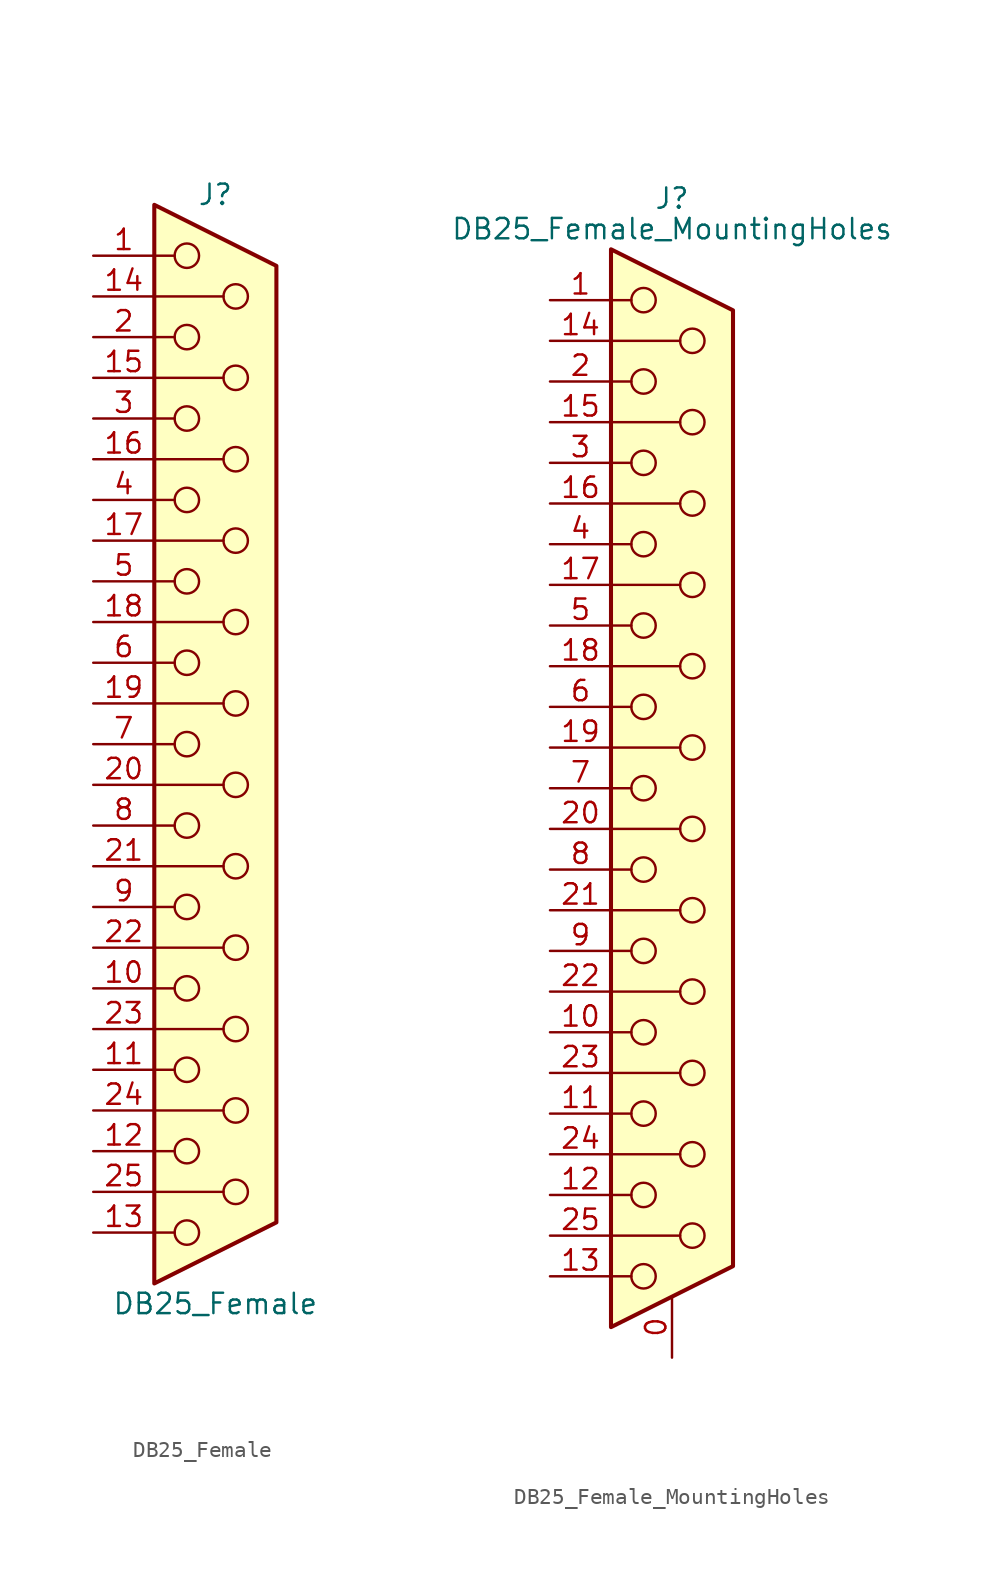
<source format=kicad_sym>
(kicad_symbol_lib
  (version 20201005)
  (generator kicad_symbol_editor)
  (symbol "DB25_Female"
    (pin_names
      (offset 1.016) hide)
    (property "Reference" "J"
      (at 0 34.29 0)
      (effects (font (size 1.27 1.27))))
    (property "Value" "DB25_Female"
      (at 0 -34.925 0)
      (effects (font (size 1.27 1.27))))
    (symbol "DB25_Female_0_1"
      (circle (center -1.778 -30.48) (radius 0.762) (stroke (width 0)) (fill (type none)))
      (circle (center -1.778 -25.4) (radius 0.762) (stroke (width 0)) (fill (type none)))
      (circle (center -1.778 -20.32) (radius 0.762) (stroke (width 0)) (fill (type none)))
      (circle (center -1.778 -15.24) (radius 0.762) (stroke (width 0)) (fill (type none)))
      (circle (center -1.778 -10.16) (radius 0.762) (stroke (width 0)) (fill (type none)))
      (circle (center -1.778 -5.08) (radius 0.762) (stroke (width 0)) (fill (type none)))
      (circle (center -1.778 0) (radius 0.762) (stroke (width 0)) (fill (type none)))
      (circle (center -1.778 5.08) (radius 0.762) (stroke (width 0)) (fill (type none)))
      (circle (center -1.778 10.16) (radius 0.762) (stroke (width 0)) (fill (type none)))
      (circle (center -1.778 15.24) (radius 0.762) (stroke (width 0)) (fill (type none)))
      (circle (center -1.778 20.32) (radius 0.762) (stroke (width 0)) (fill (type none)))
      (circle (center -1.778 25.4) (radius 0.762) (stroke (width 0)) (fill (type none)))
      (circle (center -1.778 30.48) (radius 0.762) (stroke (width 0)) (fill (type none)))
      (circle (center 1.27 -27.94) (radius 0.762) (stroke (width 0)) (fill (type none)))
      (circle (center 1.27 -22.86) (radius 0.762) (stroke (width 0)) (fill (type none)))
      (circle (center 1.27 -17.78) (radius 0.762) (stroke (width 0)) (fill (type none)))
      (circle (center 1.27 -12.7) (radius 0.762) (stroke (width 0)) (fill (type none)))
      (circle (center 1.27 -7.62) (radius 0.762) (stroke (width 0)) (fill (type none)))
      (circle (center 1.27 -2.54) (radius 0.762) (stroke (width 0)) (fill (type none)))
      (circle (center 1.27 2.54) (radius 0.762) (stroke (width 0)) (fill (type none)))
      (circle (center 1.27 7.62) (radius 0.762) (stroke (width 0)) (fill (type none)))
      (circle (center 1.27 12.7) (radius 0.762) (stroke (width 0)) (fill (type none)))
      (circle (center 1.27 17.78) (radius 0.762) (stroke (width 0)) (fill (type none)))
      (circle (center 1.27 22.86) (radius 0.762) (stroke (width 0)) (fill (type none)))
      (circle (center 1.27 27.94) (radius 0.762) (stroke (width 0)) (fill (type none)))
      (polyline (pts (xy -3.81 -30.48) (xy -2.54 -30.48)) (stroke (width 0)) (fill (type none)))
      (polyline (pts (xy -3.81 -27.94) (xy 0.508 -27.94)) (stroke (width 0)) (fill (type none)))
      (polyline (pts (xy -3.81 -25.4) (xy -2.54 -25.4)) (stroke (width 0)) (fill (type none)))
      (polyline (pts (xy -3.81 -22.86) (xy 0.508 -22.86)) (stroke (width 0)) (fill (type none)))
      (polyline (pts (xy -3.81 -20.32) (xy -2.54 -20.32)) (stroke (width 0)) (fill (type none)))
      (polyline (pts (xy -3.81 -17.78) (xy 0.508 -17.78)) (stroke (width 0)) (fill (type none)))
      (polyline (pts (xy -3.81 -15.24) (xy -2.54 -15.24)) (stroke (width 0)) (fill (type none)))
      (polyline (pts (xy -3.81 -12.7) (xy 0.508 -12.7)) (stroke (width 0)) (fill (type none)))
      (polyline (pts (xy -3.81 -10.16) (xy -2.54 -10.16)) (stroke (width 0)) (fill (type none)))
      (polyline (pts (xy -3.81 -7.62) (xy 0.508 -7.62)) (stroke (width 0)) (fill (type none)))
      (polyline (pts (xy -3.81 -5.08) (xy -2.54 -5.08)) (stroke (width 0)) (fill (type none)))
      (polyline (pts (xy -3.81 -2.54) (xy 0.508 -2.54)) (stroke (width 0)) (fill (type none)))
      (polyline (pts (xy -3.81 0) (xy -2.54 0)) (stroke (width 0)) (fill (type none)))
      (polyline (pts (xy -3.81 2.54) (xy 0.508 2.54)) (stroke (width 0)) (fill (type none)))
      (polyline (pts (xy -3.81 5.08) (xy -2.54 5.08)) (stroke (width 0)) (fill (type none)))
      (polyline (pts (xy -3.81 7.62) (xy 0.508 7.62)) (stroke (width 0)) (fill (type none)))
      (polyline (pts (xy -3.81 10.16) (xy -2.54 10.16)) (stroke (width 0)) (fill (type none)))
      (polyline (pts (xy -3.81 12.7) (xy 0.508 12.7)) (stroke (width 0)) (fill (type none)))
      (polyline (pts (xy -3.81 15.24) (xy -2.54 15.24)) (stroke (width 0)) (fill (type none)))
      (polyline (pts (xy -3.81 17.78) (xy 0.508 17.78)) (stroke (width 0)) (fill (type none)))
      (polyline (pts (xy -3.81 20.32) (xy -2.54 20.32)) (stroke (width 0)) (fill (type none)))
      (polyline (pts (xy -3.81 22.86) (xy 0.508 22.86)) (stroke (width 0)) (fill (type none)))
      (polyline (pts (xy -3.81 25.4) (xy -2.54 25.4)) (stroke (width 0)) (fill (type none)))
      (polyline (pts (xy -3.81 27.94) (xy 0.508 27.94)) (stroke (width 0)) (fill (type none)))
      (polyline (pts (xy -3.81 30.48) (xy -2.54 30.48)) (stroke (width 0)) (fill (type none)))
      (polyline (pts (xy -3.81 33.655) (xy 3.81 29.845) (xy 3.81 -29.845) (xy -3.81 -33.655) (xy -3.81 33.655)) (stroke (width 0.254)) (fill (type background))))
    (symbol "DB25_Female_1_1"
      (pin passive line (at -7.62 30.48 0) (length 3.81) (name "1" (effects (font (size 1.27 1.27)))) (number "1" (effects (font (size 1.27 1.27)))))
      (pin passive line (at -7.62 -15.24 0) (length 3.81) (name "10" (effects (font (size 1.27 1.27)))) (number "10" (effects (font (size 1.27 1.27)))))
      (pin passive line (at -7.62 -20.32 0) (length 3.81) (name "11" (effects (font (size 1.27 1.27)))) (number "11" (effects (font (size 1.27 1.27)))))
      (pin passive line (at -7.62 -25.4 0) (length 3.81) (name "12" (effects (font (size 1.27 1.27)))) (number "12" (effects (font (size 1.27 1.27)))))
      (pin passive line (at -7.62 -30.48 0) (length 3.81) (name "13" (effects (font (size 1.27 1.27)))) (number "13" (effects (font (size 1.27 1.27)))))
      (pin passive line (at -7.62 27.94 0) (length 3.81) (name "P14" (effects (font (size 1.27 1.27)))) (number "14" (effects (font (size 1.27 1.27)))))
      (pin passive line (at -7.62 22.86 0) (length 3.81) (name "P15" (effects (font (size 1.27 1.27)))) (number "15" (effects (font (size 1.27 1.27)))))
      (pin passive line (at -7.62 17.78 0) (length 3.81) (name "P16" (effects (font (size 1.27 1.27)))) (number "16" (effects (font (size 1.27 1.27)))))
      (pin passive line (at -7.62 12.7 0) (length 3.81) (name "P17" (effects (font (size 1.27 1.27)))) (number "17" (effects (font (size 1.27 1.27)))))
      (pin passive line (at -7.62 7.62 0) (length 3.81) (name "P18" (effects (font (size 1.27 1.27)))) (number "18" (effects (font (size 1.27 1.27)))))
      (pin passive line (at -7.62 2.54 0) (length 3.81) (name "P19" (effects (font (size 1.27 1.27)))) (number "19" (effects (font (size 1.27 1.27)))))
      (pin passive line (at -7.62 25.4 0) (length 3.81) (name "2" (effects (font (size 1.27 1.27)))) (number "2" (effects (font (size 1.27 1.27)))))
      (pin passive line (at -7.62 -2.54 0) (length 3.81) (name "P20" (effects (font (size 1.27 1.27)))) (number "20" (effects (font (size 1.27 1.27)))))
      (pin passive line (at -7.62 -7.62 0) (length 3.81) (name "P21" (effects (font (size 1.27 1.27)))) (number "21" (effects (font (size 1.27 1.27)))))
      (pin passive line (at -7.62 -12.7 0) (length 3.81) (name "P22" (effects (font (size 1.27 1.27)))) (number "22" (effects (font (size 1.27 1.27)))))
      (pin passive line (at -7.62 -17.78 0) (length 3.81) (name "P23" (effects (font (size 1.27 1.27)))) (number "23" (effects (font (size 1.27 1.27)))))
      (pin passive line (at -7.62 -22.86 0) (length 3.81) (name "P24" (effects (font (size 1.27 1.27)))) (number "24" (effects (font (size 1.27 1.27)))))
      (pin passive line (at -7.62 -27.94 0) (length 3.81) (name "P25" (effects (font (size 1.27 1.27)))) (number "25" (effects (font (size 1.27 1.27)))))
      (pin passive line (at -7.62 20.32 0) (length 3.81) (name "3" (effects (font (size 1.27 1.27)))) (number "3" (effects (font (size 1.27 1.27)))))
      (pin passive line (at -7.62 15.24 0) (length 3.81) (name "4" (effects (font (size 1.27 1.27)))) (number "4" (effects (font (size 1.27 1.27)))))
      (pin passive line (at -7.62 10.16 0) (length 3.81) (name "5" (effects (font (size 1.27 1.27)))) (number "5" (effects (font (size 1.27 1.27)))))
      (pin passive line (at -7.62 5.08 0) (length 3.81) (name "6" (effects (font (size 1.27 1.27)))) (number "6" (effects (font (size 1.27 1.27)))))
      (pin passive line (at -7.62 0 0) (length 3.81) (name "7" (effects (font (size 1.27 1.27)))) (number "7" (effects (font (size 1.27 1.27)))))
      (pin passive line (at -7.62 -5.08 0) (length 3.81) (name "8" (effects (font (size 1.27 1.27)))) (number "8" (effects (font (size 1.27 1.27)))))
      (pin passive line (at -7.62 -10.16 0) (length 3.81) (name "9" (effects (font (size 1.27 1.27)))) (number "9" (effects (font (size 1.27 1.27)))))))
  (symbol "DB25_Female_MountingHoles"
    (pin_names
      (offset 1.016) hide)
    (property "Reference" "J"
      (at 0 36.83 0)
      (effects (font (size 1.27 1.27))))
    (property "Value" "DB25_Female_MountingHoles"
      (at 0 34.925 0)
      (effects (font (size 1.27 1.27))))
    (symbol "DB25_Female_MountingHoles_0_1"
      (circle (center -1.778 -30.48) (radius 0.762) (stroke (width 0)) (fill (type none)))
      (circle (center -1.778 -25.4) (radius 0.762) (stroke (width 0)) (fill (type none)))
      (circle (center -1.778 -20.32) (radius 0.762) (stroke (width 0)) (fill (type none)))
      (circle (center -1.778 -15.24) (radius 0.762) (stroke (width 0)) (fill (type none)))
      (circle (center -1.778 -10.16) (radius 0.762) (stroke (width 0)) (fill (type none)))
      (circle (center -1.778 -5.08) (radius 0.762) (stroke (width 0)) (fill (type none)))
      (circle (center -1.778 0) (radius 0.762) (stroke (width 0)) (fill (type none)))
      (circle (center -1.778 5.08) (radius 0.762) (stroke (width 0)) (fill (type none)))
      (circle (center -1.778 10.16) (radius 0.762) (stroke (width 0)) (fill (type none)))
      (circle (center -1.778 15.24) (radius 0.762) (stroke (width 0)) (fill (type none)))
      (circle (center -1.778 20.32) (radius 0.762) (stroke (width 0)) (fill (type none)))
      (circle (center -1.778 25.4) (radius 0.762) (stroke (width 0)) (fill (type none)))
      (circle (center -1.778 30.48) (radius 0.762) (stroke (width 0)) (fill (type none)))
      (circle (center 1.27 -27.94) (radius 0.762) (stroke (width 0)) (fill (type none)))
      (circle (center 1.27 -22.86) (radius 0.762) (stroke (width 0)) (fill (type none)))
      (circle (center 1.27 -17.78) (radius 0.762) (stroke (width 0)) (fill (type none)))
      (circle (center 1.27 -12.7) (radius 0.762) (stroke (width 0)) (fill (type none)))
      (circle (center 1.27 -7.62) (radius 0.762) (stroke (width 0)) (fill (type none)))
      (circle (center 1.27 -2.54) (radius 0.762) (stroke (width 0)) (fill (type none)))
      (circle (center 1.27 2.54) (radius 0.762) (stroke (width 0)) (fill (type none)))
      (circle (center 1.27 7.62) (radius 0.762) (stroke (width 0)) (fill (type none)))
      (circle (center 1.27 12.7) (radius 0.762) (stroke (width 0)) (fill (type none)))
      (circle (center 1.27 17.78) (radius 0.762) (stroke (width 0)) (fill (type none)))
      (circle (center 1.27 22.86) (radius 0.762) (stroke (width 0)) (fill (type none)))
      (circle (center 1.27 27.94) (radius 0.762) (stroke (width 0)) (fill (type none)))
      (polyline (pts (xy -3.81 -30.48) (xy -2.54 -30.48)) (stroke (width 0)) (fill (type none)))
      (polyline (pts (xy -3.81 -27.94) (xy 0.508 -27.94)) (stroke (width 0)) (fill (type none)))
      (polyline (pts (xy -3.81 -25.4) (xy -2.54 -25.4)) (stroke (width 0)) (fill (type none)))
      (polyline (pts (xy -3.81 -22.86) (xy 0.508 -22.86)) (stroke (width 0)) (fill (type none)))
      (polyline (pts (xy -3.81 -20.32) (xy -2.54 -20.32)) (stroke (width 0)) (fill (type none)))
      (polyline (pts (xy -3.81 -17.78) (xy 0.508 -17.78)) (stroke (width 0)) (fill (type none)))
      (polyline (pts (xy -3.81 -15.24) (xy -2.54 -15.24)) (stroke (width 0)) (fill (type none)))
      (polyline (pts (xy -3.81 -12.7) (xy 0.508 -12.7)) (stroke (width 0)) (fill (type none)))
      (polyline (pts (xy -3.81 -10.16) (xy -2.54 -10.16)) (stroke (width 0)) (fill (type none)))
      (polyline (pts (xy -3.81 -7.62) (xy 0.508 -7.62)) (stroke (width 0)) (fill (type none)))
      (polyline (pts (xy -3.81 -5.08) (xy -2.54 -5.08)) (stroke (width 0)) (fill (type none)))
      (polyline (pts (xy -3.81 -2.54) (xy 0.508 -2.54)) (stroke (width 0)) (fill (type none)))
      (polyline (pts (xy -3.81 0) (xy -2.54 0)) (stroke (width 0)) (fill (type none)))
      (polyline (pts (xy -3.81 2.54) (xy 0.508 2.54)) (stroke (width 0)) (fill (type none)))
      (polyline (pts (xy -3.81 5.08) (xy -2.54 5.08)) (stroke (width 0)) (fill (type none)))
      (polyline (pts (xy -3.81 7.62) (xy 0.508 7.62)) (stroke (width 0)) (fill (type none)))
      (polyline (pts (xy -3.81 10.16) (xy -2.54 10.16)) (stroke (width 0)) (fill (type none)))
      (polyline (pts (xy -3.81 12.7) (xy 0.508 12.7)) (stroke (width 0)) (fill (type none)))
      (polyline (pts (xy -3.81 15.24) (xy -2.54 15.24)) (stroke (width 0)) (fill (type none)))
      (polyline (pts (xy -3.81 17.78) (xy 0.508 17.78)) (stroke (width 0)) (fill (type none)))
      (polyline (pts (xy -3.81 20.32) (xy -2.54 20.32)) (stroke (width 0)) (fill (type none)))
      (polyline (pts (xy -3.81 22.86) (xy 0.508 22.86)) (stroke (width 0)) (fill (type none)))
      (polyline (pts (xy -3.81 25.4) (xy -2.54 25.4)) (stroke (width 0)) (fill (type none)))
      (polyline (pts (xy -3.81 27.94) (xy 0.508 27.94)) (stroke (width 0)) (fill (type none)))
      (polyline (pts (xy -3.81 30.48) (xy -2.54 30.48)) (stroke (width 0)) (fill (type none)))
      (polyline (pts (xy -3.81 33.655) (xy 3.81 29.845) (xy 3.81 -29.845) (xy -3.81 -33.655) (xy -3.81 33.655)) (stroke (width 0.254)) (fill (type background))))
    (symbol "DB25_Female_MountingHoles_1_1"
      (pin passive line (at 0 -35.56 90) (length 3.81) (name "PAD" (effects (font (size 1.27 1.27)))) (number "0" (effects (font (size 1.27 1.27)))))
      (pin passive line (at -7.62 30.48 0) (length 3.81) (name "1" (effects (font (size 1.27 1.27)))) (number "1" (effects (font (size 1.27 1.27)))))
      (pin passive line (at -7.62 -15.24 0) (length 3.81) (name "10" (effects (font (size 1.27 1.27)))) (number "10" (effects (font (size 1.27 1.27)))))
      (pin passive line (at -7.62 -20.32 0) (length 3.81) (name "11" (effects (font (size 1.27 1.27)))) (number "11" (effects (font (size 1.27 1.27)))))
      (pin passive line (at -7.62 -25.4 0) (length 3.81) (name "12" (effects (font (size 1.27 1.27)))) (number "12" (effects (font (size 1.27 1.27)))))
      (pin passive line (at -7.62 -30.48 0) (length 3.81) (name "13" (effects (font (size 1.27 1.27)))) (number "13" (effects (font (size 1.27 1.27)))))
      (pin passive line (at -7.62 27.94 0) (length 3.81) (name "P14" (effects (font (size 1.27 1.27)))) (number "14" (effects (font (size 1.27 1.27)))))
      (pin passive line (at -7.62 22.86 0) (length 3.81) (name "P15" (effects (font (size 1.27 1.27)))) (number "15" (effects (font (size 1.27 1.27)))))
      (pin passive line (at -7.62 17.78 0) (length 3.81) (name "P16" (effects (font (size 1.27 1.27)))) (number "16" (effects (font (size 1.27 1.27)))))
      (pin passive line (at -7.62 12.7 0) (length 3.81) (name "P17" (effects (font (size 1.27 1.27)))) (number "17" (effects (font (size 1.27 1.27)))))
      (pin passive line (at -7.62 7.62 0) (length 3.81) (name "P18" (effects (font (size 1.27 1.27)))) (number "18" (effects (font (size 1.27 1.27)))))
      (pin passive line (at -7.62 2.54 0) (length 3.81) (name "P19" (effects (font (size 1.27 1.27)))) (number "19" (effects (font (size 1.27 1.27)))))
      (pin passive line (at -7.62 25.4 0) (length 3.81) (name "2" (effects (font (size 1.27 1.27)))) (number "2" (effects (font (size 1.27 1.27)))))
      (pin passive line (at -7.62 -2.54 0) (length 3.81) (name "P20" (effects (font (size 1.27 1.27)))) (number "20" (effects (font (size 1.27 1.27)))))
      (pin passive line (at -7.62 -7.62 0) (length 3.81) (name "P21" (effects (font (size 1.27 1.27)))) (number "21" (effects (font (size 1.27 1.27)))))
      (pin passive line (at -7.62 -12.7 0) (length 3.81) (name "P22" (effects (font (size 1.27 1.27)))) (number "22" (effects (font (size 1.27 1.27)))))
      (pin passive line (at -7.62 -17.78 0) (length 3.81) (name "P23" (effects (font (size 1.27 1.27)))) (number "23" (effects (font (size 1.27 1.27)))))
      (pin passive line (at -7.62 -22.86 0) (length 3.81) (name "P24" (effects (font (size 1.27 1.27)))) (number "24" (effects (font (size 1.27 1.27)))))
      (pin passive line (at -7.62 -27.94 0) (length 3.81) (name "P25" (effects (font (size 1.27 1.27)))) (number "25" (effects (font (size 1.27 1.27)))))
      (pin passive line (at -7.62 20.32 0) (length 3.81) (name "3" (effects (font (size 1.27 1.27)))) (number "3" (effects (font (size 1.27 1.27)))))
      (pin passive line (at -7.62 15.24 0) (length 3.81) (name "4" (effects (font (size 1.27 1.27)))) (number "4" (effects (font (size 1.27 1.27)))))
      (pin passive line (at -7.62 10.16 0) (length 3.81) (name "5" (effects (font (size 1.27 1.27)))) (number "5" (effects (font (size 1.27 1.27)))))
      (pin passive line (at -7.62 5.08 0) (length 3.81) (name "6" (effects (font (size 1.27 1.27)))) (number "6" (effects (font (size 1.27 1.27)))))
      (pin passive line (at -7.62 0 0) (length 3.81) (name "7" (effects (font (size 1.27 1.27)))) (number "7" (effects (font (size 1.27 1.27)))))
      (pin passive line (at -7.62 -5.08 0) (length 3.81) (name "8" (effects (font (size 1.27 1.27)))) (number "8" (effects (font (size 1.27 1.27)))))
      (pin passive line (at -7.62 -10.16 0) (length 3.81) (name "9" (effects (font (size 1.27 1.27)))) (number "9" (effects (font (size 1.27 1.27))))))))
</source>
